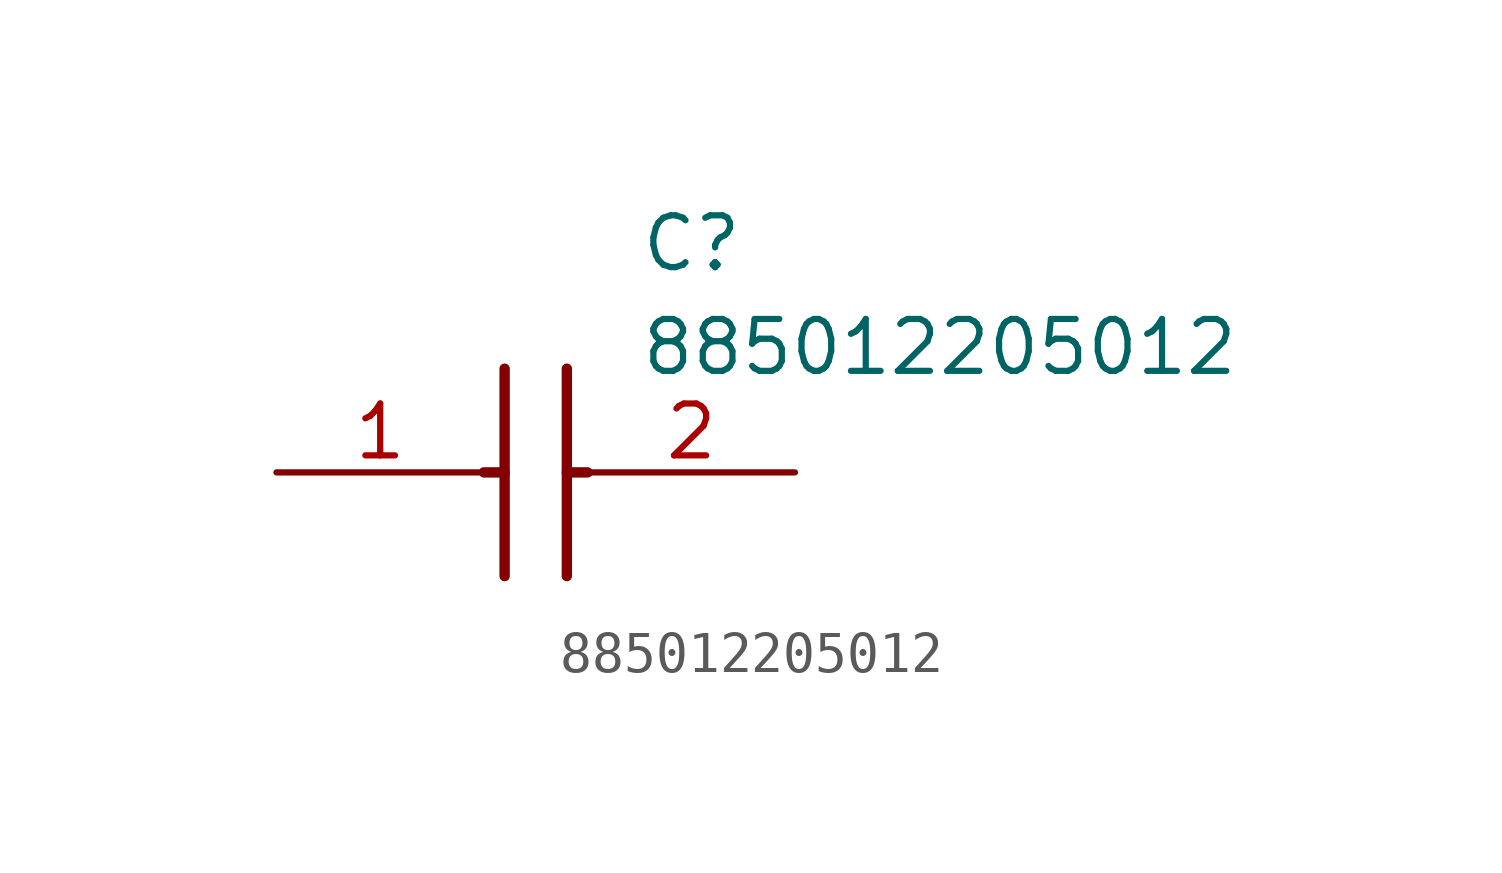
<source format=kicad_sym>
(kicad_symbol_lib
  (version 20211014)
  (generator SamacSys_ECAD_Model)
  (symbol "885012205012"
    (pin_names hide)
    (property "Reference" "C"
      (at 8.89 6.35 0)
      (effects (font (size 1.27 1.27)) (justify left top)))
    (property "Value" "885012205012"
      (at 8.89 3.81 0)
      (effects (font (size 1.27 1.27)) (justify left top)))
    (polyline
      (pts (xy 5.588 2.54) (xy 5.588 -2.54))
      (stroke (width 0.254) (type default))
      (fill (type none)))
    (polyline
      (pts (xy 7.112 2.54) (xy 7.112 -2.54))
      (stroke (width 0.254) (type default))
      (fill (type none)))
    (polyline
      (pts (xy 5.08 0) (xy 5.588 0))
      (stroke (width 0.254) (type default))
      (fill (type none)))
    (polyline
      (pts (xy 7.112 0) (xy 7.62 0))
      (stroke (width 0.254) (type default))
      (fill (type none)))
    (pin passive line
      (at 0 0 0)
      (length 5.08)
      (name "1" (effects (font (size 1.27 1.27))))
      (number "1" (effects (font (size 1.27 1.27)))))
    (pin passive line
      (at 12.7 0 180)
      (length 5.08)
      (name "2" (effects (font (size 1.27 1.27))))
      (number "2" (effects (font (size 1.27 1.27)))))))
</source>
